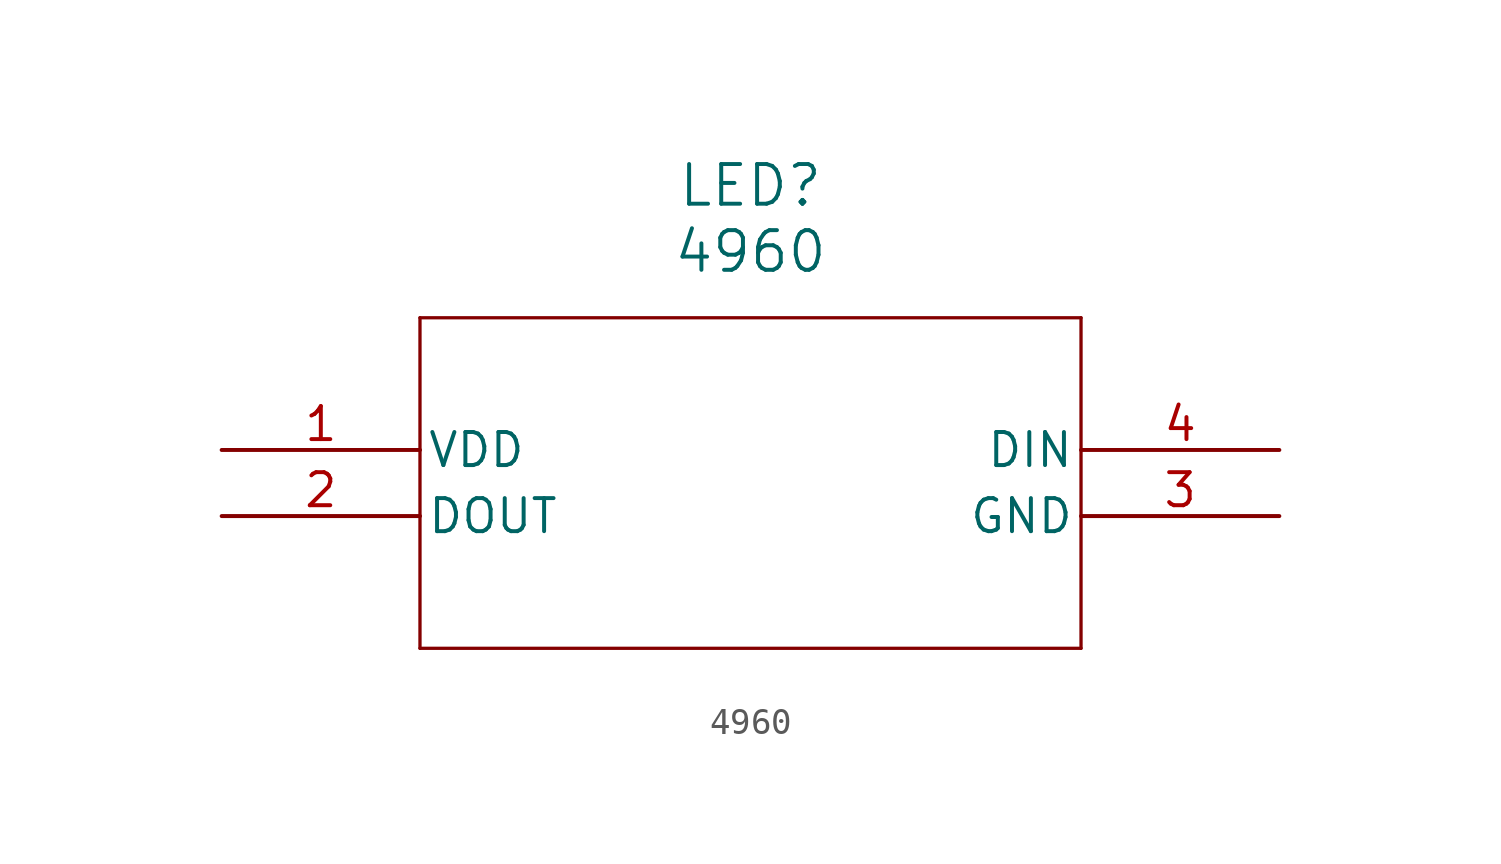
<source format=kicad_sym>
(kicad_symbol_lib
  (version 20211014)
  (generator kicad_symbol_editor)
  (symbol "4960"
    (pin_names
      (offset 0.254))
    (property "Reference" "LED"
      (at 20.32 10.16 0)
      (effects (font (size 1.524 1.524))))
    (property "Value" "4960"
      (at 20.32 7.62 0)
      (effects (font (size 1.524 1.524))))
    (symbol "4960_0_1"
      (polyline (pts (xy 7.62 5.08) (xy 7.62 -7.62)) (stroke (width 0.127) (type default) (color 0 0 0 0)) (fill (type none)))
      (polyline (pts (xy 7.62 -7.62) (xy 33.02 -7.62)) (stroke (width 0.127) (type default) (color 0 0 0 0)) (fill (type none)))
      (polyline (pts (xy 33.02 -7.62) (xy 33.02 5.08)) (stroke (width 0.127) (type default) (color 0 0 0 0)) (fill (type none)))
      (polyline (pts (xy 33.02 5.08) (xy 7.62 5.08)) (stroke (width 0.127) (type default) (color 0 0 0 0)) (fill (type none)))
      (pin power_in line (at 0 0 0) (length 7.62) (name "VDD" (effects (font (size 1.27 1.27)))) (number "1" (effects (font (size 1.27 1.27)))))
      (pin output line (at 0 -2.54 0) (length 7.62) (name "DOUT" (effects (font (size 1.27 1.27)))) (number "2" (effects (font (size 1.27 1.27)))))
      (pin power_out line (at 40.64 -2.54 180) (length 7.62) (name "GND" (effects (font (size 1.27 1.27)))) (number "3" (effects (font (size 1.27 1.27)))))
      (pin input line (at 40.64 0 180) (length 7.62) (name "DIN" (effects (font (size 1.27 1.27)))) (number "4" (effects (font (size 1.27 1.27))))))))
</source>
